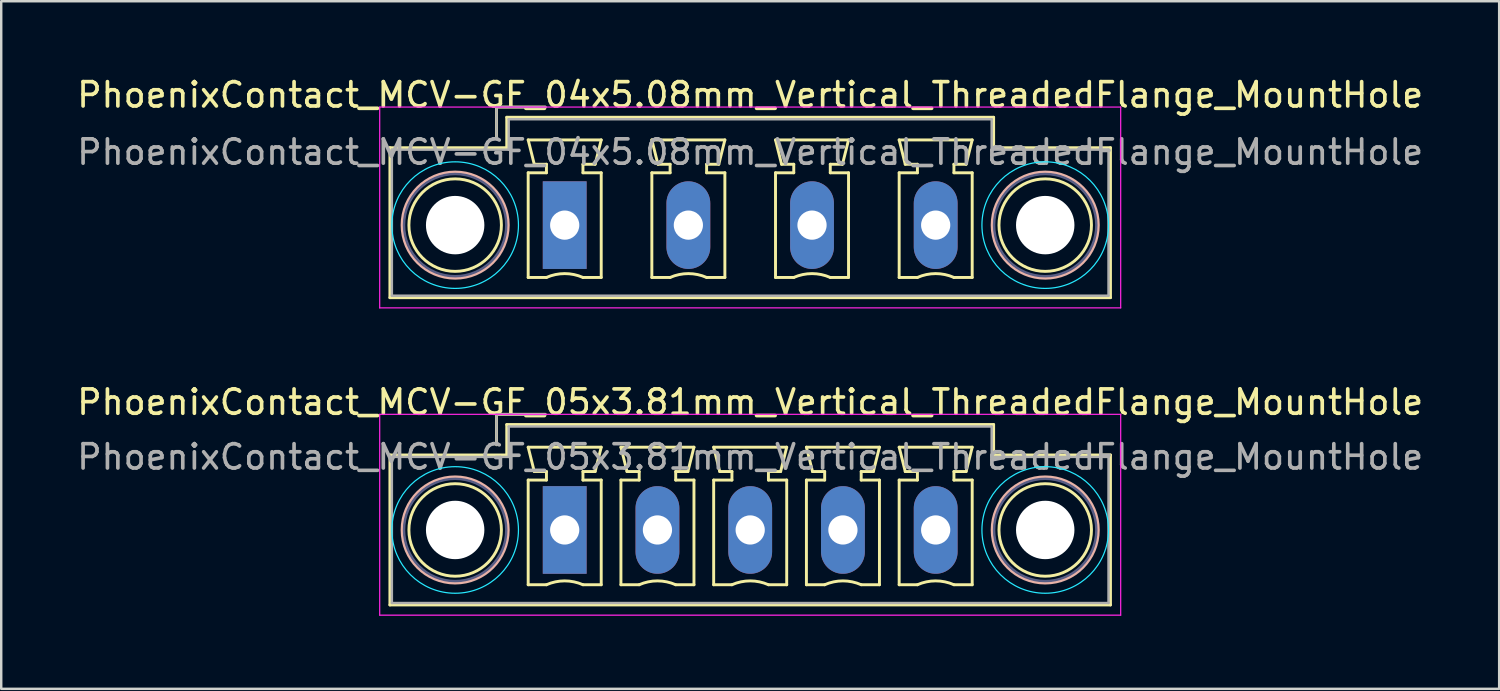
<source format=kicad_pcb>
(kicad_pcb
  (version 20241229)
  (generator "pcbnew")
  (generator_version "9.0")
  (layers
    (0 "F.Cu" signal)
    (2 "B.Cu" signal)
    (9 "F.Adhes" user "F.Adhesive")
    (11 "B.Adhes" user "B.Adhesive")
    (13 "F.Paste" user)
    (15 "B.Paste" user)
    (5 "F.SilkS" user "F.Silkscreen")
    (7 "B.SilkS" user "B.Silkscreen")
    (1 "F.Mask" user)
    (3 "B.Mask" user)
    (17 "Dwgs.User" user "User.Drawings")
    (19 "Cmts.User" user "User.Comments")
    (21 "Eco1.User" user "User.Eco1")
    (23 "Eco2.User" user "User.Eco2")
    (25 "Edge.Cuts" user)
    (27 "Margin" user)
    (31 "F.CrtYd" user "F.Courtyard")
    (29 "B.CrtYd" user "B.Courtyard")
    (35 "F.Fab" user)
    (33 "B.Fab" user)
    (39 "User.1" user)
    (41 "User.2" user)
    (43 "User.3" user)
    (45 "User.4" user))
  (footprint "PhoenixContact_MCV-GF_05x3.81mm_Vertical_ThreadedFlange_MountHole"
    (layer "F.Cu")
    (at 20.148 18.721)
    (property "Reference" "PhoenixContact_MCV-GF_05x3.81mm_Vertical_ThreadedFlange_MountHole" (at 7.62 -5.25 0) (layer "F.SilkS") (effects (font (size 1 1) (thickness 0.15))))
    (attr through_hole)
    (fp_line (start -7.18 -3.08) (end -7.18 3.08) (stroke (width 0.12) (type solid)) (layer "F.SilkS"))
    (fp_line (start -7.18 3.08) (end 22.42 3.08) (stroke (width 0.12) (type solid)) (layer "F.SilkS"))
    (fp_line (start -2.8 -4.75) (end -0.8 -4.75) (stroke (width 0.12) (type solid)) (layer "F.SilkS"))
    (fp_line (start -2.8 -3.5) (end -2.8 -4.75) (stroke (width 0.12) (type solid)) (layer "F.SilkS"))
    (fp_line (start -2.38 -4.33) (end -2.38 -3.08) (stroke (width 0.12) (type solid)) (layer "F.SilkS"))
    (fp_line (start -2.38 -3.08) (end -7.18 -3.08) (stroke (width 0.12) (type solid)) (layer "F.SilkS"))
    (fp_line (start -1.5 -3.4) (end 1.5 -3.4) (stroke (width 0.12) (type solid)) (layer "F.SilkS"))
    (fp_line (start -1.5 -2.05) (end -0.75 -2.05) (stroke (width 0.12) (type solid)) (layer "F.SilkS"))
    (fp_line (start -1.5 2.25) (end -1.5 -2.05) (stroke (width 0.12) (type solid)) (layer "F.SilkS"))
    (fp_line (start -1.25 -2.4) (end -1.5 -3.4) (stroke (width 0.12) (type solid)) (layer "F.SilkS"))
    (fp_line (start -0.75 -2.4) (end -1.25 -2.4) (stroke (width 0.12) (type solid)) (layer "F.SilkS"))
    (fp_line (start -0.75 -2.05) (end -0.75 -2.4) (stroke (width 0.12) (type solid)) (layer "F.SilkS"))
    (fp_line (start -0.75 2.25) (end -1.5 2.25) (stroke (width 0.12) (type solid)) (layer "F.SilkS"))
    (fp_line (start 0.75 -2.4) (end 0.75 -2.05) (stroke (width 0.12) (type solid)) (layer "F.SilkS"))
    (fp_line (start 0.75 -2.05) (end 1.5 -2.05) (stroke (width 0.12) (type solid)) (layer "F.SilkS"))
    (fp_line (start 1.25 -2.4) (end 0.75 -2.4) (stroke (width 0.12) (type solid)) (layer "F.SilkS"))
    (fp_line (start 1.5 -3.4) (end 1.25 -2.4) (stroke (width 0.12) (type solid)) (layer "F.SilkS"))
    (fp_line (start 1.5 -2.05) (end 1.5 2.25) (stroke (width 0.12) (type solid)) (layer "F.SilkS"))
    (fp_line (start 1.5 2.25) (end 0.75 2.25) (stroke (width 0.12) (type solid)) (layer "F.SilkS"))
    (fp_line (start 2.31 -3.4) (end 5.31 -3.4) (stroke (width 0.12) (type solid)) (layer "F.SilkS"))
    (fp_line (start 2.31 -2.05) (end 3.06 -2.05) (stroke (width 0.12) (type solid)) (layer "F.SilkS"))
    (fp_line (start 2.31 2.25) (end 2.31 -2.05) (stroke (width 0.12) (type solid)) (layer "F.SilkS"))
    (fp_line (start 2.56 -2.4) (end 2.31 -3.4) (stroke (width 0.12) (type solid)) (layer "F.SilkS"))
    (fp_line (start 3.06 -2.4) (end 2.56 -2.4) (stroke (width 0.12) (type solid)) (layer "F.SilkS"))
    (fp_line (start 3.06 -2.05) (end 3.06 -2.4) (stroke (width 0.12) (type solid)) (layer "F.SilkS"))
    (fp_line (start 3.06 2.25) (end 2.31 2.25) (stroke (width 0.12) (type solid)) (layer "F.SilkS"))
    (fp_line (start 4.56 -2.4) (end 4.56 -2.05) (stroke (width 0.12) (type solid)) (layer "F.SilkS"))
    (fp_line (start 4.56 -2.05) (end 5.31 -2.05) (stroke (width 0.12) (type solid)) (layer "F.SilkS"))
    (fp_line (start 5.06 -2.4) (end 4.56 -2.4) (stroke (width 0.12) (type solid)) (layer "F.SilkS"))
    (fp_line (start 5.31 -3.4) (end 5.06 -2.4) (stroke (width 0.12) (type solid)) (layer "F.SilkS"))
    (fp_line (start 5.31 -2.05) (end 5.31 2.25) (stroke (width 0.12) (type solid)) (layer "F.SilkS"))
    (fp_line (start 5.31 2.25) (end 4.56 2.25) (stroke (width 0.12) (type solid)) (layer "F.SilkS"))
    (fp_line (start 6.12 -3.4) (end 9.12 -3.4) (stroke (width 0.12) (type solid)) (layer "F.SilkS"))
    (fp_line (start 6.12 -2.05) (end 6.87 -2.05) (stroke (width 0.12) (type solid)) (layer "F.SilkS"))
    (fp_line (start 6.12 2.25) (end 6.12 -2.05) (stroke (width 0.12) (type solid)) (layer "F.SilkS"))
    (fp_line (start 6.37 -2.4) (end 6.12 -3.4) (stroke (width 0.12) (type solid)) (layer "F.SilkS"))
    (fp_line (start 6.87 -2.4) (end 6.37 -2.4) (stroke (width 0.12) (type solid)) (layer "F.SilkS"))
    (fp_line (start 6.87 -2.05) (end 6.87 -2.4) (stroke (width 0.12) (type solid)) (layer "F.SilkS"))
    (fp_line (start 6.87 2.25) (end 6.12 2.25) (stroke (width 0.12) (type solid)) (layer "F.SilkS"))
    (fp_line (start 8.37 -2.4) (end 8.37 -2.05) (stroke (width 0.12) (type solid)) (layer "F.SilkS"))
    (fp_line (start 8.37 -2.05) (end 9.12 -2.05) (stroke (width 0.12) (type solid)) (layer "F.SilkS"))
    (fp_line (start 8.87 -2.4) (end 8.37 -2.4) (stroke (width 0.12) (type solid)) (layer "F.SilkS"))
    (fp_line (start 9.12 -3.4) (end 8.87 -2.4) (stroke (width 0.12) (type solid)) (layer "F.SilkS"))
    (fp_line (start 9.12 -2.05) (end 9.12 2.25) (stroke (width 0.12) (type solid)) (layer "F.SilkS"))
    (fp_line (start 9.12 2.25) (end 8.37 2.25) (stroke (width 0.12) (type solid)) (layer "F.SilkS"))
    (fp_line (start 9.93 -3.4) (end 12.93 -3.4) (stroke (width 0.12) (type solid)) (layer "F.SilkS"))
    (fp_line (start 9.93 -2.05) (end 10.68 -2.05) (stroke (width 0.12) (type solid)) (layer "F.SilkS"))
    (fp_line (start 9.93 2.25) (end 9.93 -2.05) (stroke (width 0.12) (type solid)) (layer "F.SilkS"))
    (fp_line (start 10.18 -2.4) (end 9.93 -3.4) (stroke (width 0.12) (type solid)) (layer "F.SilkS"))
    (fp_line (start 10.68 -2.4) (end 10.18 -2.4) (stroke (width 0.12) (type solid)) (layer "F.SilkS"))
    (fp_line (start 10.68 -2.05) (end 10.68 -2.4) (stroke (width 0.12) (type solid)) (layer "F.SilkS"))
    (fp_line (start 10.68 2.25) (end 9.93 2.25) (stroke (width 0.12) (type solid)) (layer "F.SilkS"))
    (fp_line (start 12.18 -2.4) (end 12.18 -2.05) (stroke (width 0.12) (type solid)) (layer "F.SilkS"))
    (fp_line (start 12.18 -2.05) (end 12.93 -2.05) (stroke (width 0.12) (type solid)) (layer "F.SilkS"))
    (fp_line (start 12.68 -2.4) (end 12.18 -2.4) (stroke (width 0.12) (type solid)) (layer "F.SilkS"))
    (fp_line (start 12.93 -3.4) (end 12.68 -2.4) (stroke (width 0.12) (type solid)) (layer "F.SilkS"))
    (fp_line (start 12.93 -2.05) (end 12.93 2.25) (stroke (width 0.12) (type solid)) (layer "F.SilkS"))
    (fp_line (start 12.93 2.25) (end 12.18 2.25) (stroke (width 0.12) (type solid)) (layer "F.SilkS"))
    (fp_line (start 13.74 -3.4) (end 16.74 -3.4) (stroke (width 0.12) (type solid)) (layer "F.SilkS"))
    (fp_line (start 13.74 -2.05) (end 14.49 -2.05) (stroke (width 0.12) (type solid)) (layer "F.SilkS"))
    (fp_line (start 13.74 2.25) (end 13.74 -2.05) (stroke (width 0.12) (type solid)) (layer "F.SilkS"))
    (fp_line (start 13.99 -2.4) (end 13.74 -3.4) (stroke (width 0.12) (type solid)) (layer "F.SilkS"))
    (fp_line (start 14.49 -2.4) (end 13.99 -2.4) (stroke (width 0.12) (type solid)) (layer "F.SilkS"))
    (fp_line (start 14.49 -2.05) (end 14.49 -2.4) (stroke (width 0.12) (type solid)) (layer "F.SilkS"))
    (fp_line (start 14.49 2.25) (end 13.74 2.25) (stroke (width 0.12) (type solid)) (layer "F.SilkS"))
    (fp_line (start 15.99 -2.4) (end 15.99 -2.05) (stroke (width 0.12) (type solid)) (layer "F.SilkS"))
    (fp_line (start 15.99 -2.05) (end 16.74 -2.05) (stroke (width 0.12) (type solid)) (layer "F.SilkS"))
    (fp_line (start 16.49 -2.4) (end 15.99 -2.4) (stroke (width 0.12) (type solid)) (layer "F.SilkS"))
    (fp_line (start 16.74 -3.4) (end 16.49 -2.4) (stroke (width 0.12) (type solid)) (layer "F.SilkS"))
    (fp_line (start 16.74 -2.05) (end 16.74 2.25) (stroke (width 0.12) (type solid)) (layer "F.SilkS"))
    (fp_line (start 16.74 2.25) (end 15.99 2.25) (stroke (width 0.12) (type solid)) (layer "F.SilkS"))
    (fp_line (start 17.62 -4.33) (end -2.38 -4.33) (stroke (width 0.12) (type solid)) (layer "F.SilkS"))
    (fp_line (start 17.62 -3.08) (end 17.62 -4.33) (stroke (width 0.12) (type solid)) (layer "F.SilkS"))
    (fp_line (start 22.42 -3.08) (end 17.62 -3.08) (stroke (width 0.12) (type solid)) (layer "F.SilkS"))
    (fp_line (start 22.42 3.08) (end 22.42 -3.08) (stroke (width 0.12) (type solid)) (layer "F.SilkS"))
    (fp_arc (start -0.75 2.25) (mid -0.000193 2.09191) (end 0.749647 2.249844) (stroke (width 0.12) (type solid)) (layer "F.SilkS"))
    (fp_arc (start 3.06 2.25) (mid 3.809807 2.09191) (end 4.559647 2.249844) (stroke (width 0.12) (type solid)) (layer "F.SilkS"))
    (fp_arc (start 6.87 2.25) (mid 7.619807 2.09191) (end 8.369647 2.249844) (stroke (width 0.12) (type solid)) (layer "F.SilkS"))
    (fp_arc (start 10.68 2.25) (mid 11.429807 2.09191) (end 12.179647 2.249844) (stroke (width 0.12) (type solid)) (layer "F.SilkS"))
    (fp_arc (start 14.49 2.25) (mid 15.239807 2.09191) (end 15.989647 2.249844) (stroke (width 0.12) (type solid)) (layer "F.SilkS"))
    (fp_circle (center -4.5 0) (end -2.6 0) (stroke (width 0.12) (type solid)) (fill no) (layer "F.SilkS"))
    (fp_circle (center 19.74 0) (end 21.64 0) (stroke (width 0.12) (type solid)) (fill no) (layer "F.SilkS"))
    (fp_circle (center -4.5 0) (end -2.32 0) (stroke (width 0.12) (type solid)) (fill no) (layer "B.SilkS"))
    (fp_circle (center 19.74 0) (end 21.92 0) (stroke (width 0.12) (type solid)) (fill no) (layer "B.SilkS"))
    (fp_circle (center -4.5 0) (end -1.9 0) (stroke (width 0.05) (type solid)) (fill no) (layer "B.CrtYd"))
    (fp_circle (center 19.74 0) (end 22.34 0) (stroke (width 0.05) (type solid)) (fill no) (layer "B.CrtYd"))
    (fp_line (start -7.6 -4.75) (end -7.6 3.5) (stroke (width 0.05) (type solid)) (layer "F.CrtYd"))
    (fp_line (start -7.6 3.5) (end 22.84 3.5) (stroke (width 0.05) (type solid)) (layer "F.CrtYd"))
    (fp_line (start 22.84 -4.75) (end -7.6 -4.75) (stroke (width 0.05) (type solid)) (layer "F.CrtYd"))
    (fp_line (start 22.84 3.5) (end 22.84 -4.75) (stroke (width 0.05) (type solid)) (layer "F.CrtYd"))
    (fp_circle (center -4.5 0) (end -2.4 0) (stroke (width 0.1) (type solid)) (fill no) (layer "B.Fab"))
    (fp_circle (center 19.74 0) (end 21.84 0) (stroke (width 0.1) (type solid)) (fill no) (layer "B.Fab"))
    (fp_line (start -7.1 -3) (end -7.1 3) (stroke (width 0.1) (type solid)) (layer "F.Fab"))
    (fp_line (start -7.1 3) (end 22.34 3) (stroke (width 0.1) (type solid)) (layer "F.Fab"))
    (fp_line (start -2.8 -4.75) (end -0.8 -4.75) (stroke (width 0.1) (type solid)) (layer "F.Fab"))
    (fp_line (start -2.8 -3.5) (end -2.8 -4.75) (stroke (width 0.1) (type solid)) (layer "F.Fab"))
    (fp_line (start -2.3 -4.25) (end -2.3 -3) (stroke (width 0.1) (type solid)) (layer "F.Fab"))
    (fp_line (start -2.3 -3) (end -7.1 -3) (stroke (width 0.1) (type solid)) (layer "F.Fab"))
    (fp_line (start 17.54 -4.25) (end -2.3 -4.25) (stroke (width 0.1) (type solid)) (layer "F.Fab"))
    (fp_line (start 17.54 -3) (end 17.54 -4.25) (stroke (width 0.1) (type solid)) (layer "F.Fab"))
    (fp_line (start 22.34 -3) (end 17.54 -3) (stroke (width 0.1) (type solid)) (layer "F.Fab"))
    (fp_line (start 22.34 3) (end 22.34 -3) (stroke (width 0.1) (type solid)) (layer "F.Fab"))
    (fp_text user "${REFERENCE}" (at 7.62 -3 0) (layer "F.Fab") (effects (font (size 1 1) (thickness 0.15))))
    (pad "" np_thru_hole circle (at -4.5 0) (size 2.4 2.4) (drill 2.4) (layers "*.Cu" "*.Mask"))
    (pad "" np_thru_hole circle (at 19.74 0) (size 2.4 2.4) (drill 2.4) (layers "*.Cu" "*.Mask"))
    (pad "1" thru_hole rect (at 0 0) (size 1.8 3.6) (drill 1.2) (layers "*.Cu" "*.Mask"))
    (pad "2" thru_hole oval (at 3.81 0) (size 1.8 3.6) (drill 1.2) (layers "*.Cu" "*.Mask"))
    (pad "3" thru_hole oval (at 7.62 0) (size 1.8 3.6) (drill 1.2) (layers "*.Cu" "*.Mask"))
    (pad "4" thru_hole oval (at 11.43 0) (size 1.8 3.6) (drill 1.2) (layers "*.Cu" "*.Mask"))
    (pad "5" thru_hole oval (at 15.24 0) (size 1.8 3.6) (drill 1.2) (layers "*.Cu" "*.Mask")))
  (footprint "PhoenixContact_MCV-GF_04x5.08mm_Vertical_ThreadedFlange_MountHole"
    (layer "F.Cu")
    (at 20.148 6.198)
    (property "Reference" "PhoenixContact_MCV-GF_04x5.08mm_Vertical_ThreadedFlange_MountHole" (at 7.62 -5.35 0) (layer "F.SilkS") (effects (font (size 1 1) (thickness 0.15))))
    (attr through_hole)
    (fp_line (start -7.18 -3.18) (end -7.18 2.98) (stroke (width 0.12) (type solid)) (layer "F.SilkS"))
    (fp_line (start -7.18 2.98) (end 22.42 2.98) (stroke (width 0.12) (type solid)) (layer "F.SilkS"))
    (fp_line (start -2.8 -4.85) (end -0.8 -4.85) (stroke (width 0.12) (type solid)) (layer "F.SilkS"))
    (fp_line (start -2.8 -3.6) (end -2.8 -4.85) (stroke (width 0.12) (type solid)) (layer "F.SilkS"))
    (fp_line (start -2.38 -4.43) (end -2.38 -3.18) (stroke (width 0.12) (type solid)) (layer "F.SilkS"))
    (fp_line (start -2.38 -3.18) (end -7.18 -3.18) (stroke (width 0.12) (type solid)) (layer "F.SilkS"))
    (fp_line (start -1.5 -3.5) (end 1.5 -3.5) (stroke (width 0.12) (type solid)) (layer "F.SilkS"))
    (fp_line (start -1.5 -2.15) (end -0.75 -2.15) (stroke (width 0.12) (type solid)) (layer "F.SilkS"))
    (fp_line (start -1.5 2.15) (end -1.5 -2.15) (stroke (width 0.12) (type solid)) (layer "F.SilkS"))
    (fp_line (start -1.25 -2.5) (end -1.5 -3.5) (stroke (width 0.12) (type solid)) (layer "F.SilkS"))
    (fp_line (start -0.75 -2.5) (end -1.25 -2.5) (stroke (width 0.12) (type solid)) (layer "F.SilkS"))
    (fp_line (start -0.75 -2.15) (end -0.75 -2.5) (stroke (width 0.12) (type solid)) (layer "F.SilkS"))
    (fp_line (start -0.75 2.15) (end -1.5 2.15) (stroke (width 0.12) (type solid)) (layer "F.SilkS"))
    (fp_line (start 0.75 -2.5) (end 0.75 -2.15) (stroke (width 0.12) (type solid)) (layer "F.SilkS"))
    (fp_line (start 0.75 -2.15) (end 1.5 -2.15) (stroke (width 0.12) (type solid)) (layer "F.SilkS"))
    (fp_line (start 1.25 -2.5) (end 0.75 -2.5) (stroke (width 0.12) (type solid)) (layer "F.SilkS"))
    (fp_line (start 1.5 -3.5) (end 1.25 -2.5) (stroke (width 0.12) (type solid)) (layer "F.SilkS"))
    (fp_line (start 1.5 -2.15) (end 1.5 2.15) (stroke (width 0.12) (type solid)) (layer "F.SilkS"))
    (fp_line (start 1.5 2.15) (end 0.75 2.15) (stroke (width 0.12) (type solid)) (layer "F.SilkS"))
    (fp_line (start 3.58 -3.5) (end 6.58 -3.5) (stroke (width 0.12) (type solid)) (layer "F.SilkS"))
    (fp_line (start 3.58 -2.15) (end 4.33 -2.15) (stroke (width 0.12) (type solid)) (layer "F.SilkS"))
    (fp_line (start 3.58 2.15) (end 3.58 -2.15) (stroke (width 0.12) (type solid)) (layer "F.SilkS"))
    (fp_line (start 3.83 -2.5) (end 3.58 -3.5) (stroke (width 0.12) (type solid)) (layer "F.SilkS"))
    (fp_line (start 4.33 -2.5) (end 3.83 -2.5) (stroke (width 0.12) (type solid)) (layer "F.SilkS"))
    (fp_line (start 4.33 -2.15) (end 4.33 -2.5) (stroke (width 0.12) (type solid)) (layer "F.SilkS"))
    (fp_line (start 4.33 2.15) (end 3.58 2.15) (stroke (width 0.12) (type solid)) (layer "F.SilkS"))
    (fp_line (start 5.83 -2.5) (end 5.83 -2.15) (stroke (width 0.12) (type solid)) (layer "F.SilkS"))
    (fp_line (start 5.83 -2.15) (end 6.58 -2.15) (stroke (width 0.12) (type solid)) (layer "F.SilkS"))
    (fp_line (start 6.33 -2.5) (end 5.83 -2.5) (stroke (width 0.12) (type solid)) (layer "F.SilkS"))
    (fp_line (start 6.58 -3.5) (end 6.33 -2.5) (stroke (width 0.12) (type solid)) (layer "F.SilkS"))
    (fp_line (start 6.58 -2.15) (end 6.58 2.15) (stroke (width 0.12) (type solid)) (layer "F.SilkS"))
    (fp_line (start 6.58 2.15) (end 5.83 2.15) (stroke (width 0.12) (type solid)) (layer "F.SilkS"))
    (fp_line (start 8.66 -3.5) (end 11.66 -3.5) (stroke (width 0.12) (type solid)) (layer "F.SilkS"))
    (fp_line (start 8.66 -2.15) (end 9.41 -2.15) (stroke (width 0.12) (type solid)) (layer "F.SilkS"))
    (fp_line (start 8.66 2.15) (end 8.66 -2.15) (stroke (width 0.12) (type solid)) (layer "F.SilkS"))
    (fp_line (start 8.91 -2.5) (end 8.66 -3.5) (stroke (width 0.12) (type solid)) (layer "F.SilkS"))
    (fp_line (start 9.41 -2.5) (end 8.91 -2.5) (stroke (width 0.12) (type solid)) (layer "F.SilkS"))
    (fp_line (start 9.41 -2.15) (end 9.41 -2.5) (stroke (width 0.12) (type solid)) (layer "F.SilkS"))
    (fp_line (start 9.41 2.15) (end 8.66 2.15) (stroke (width 0.12) (type solid)) (layer "F.SilkS"))
    (fp_line (start 10.91 -2.5) (end 10.91 -2.15) (stroke (width 0.12) (type solid)) (layer "F.SilkS"))
    (fp_line (start 10.91 -2.15) (end 11.66 -2.15) (stroke (width 0.12) (type solid)) (layer "F.SilkS"))
    (fp_line (start 11.41 -2.5) (end 10.91 -2.5) (stroke (width 0.12) (type solid)) (layer "F.SilkS"))
    (fp_line (start 11.66 -3.5) (end 11.41 -2.5) (stroke (width 0.12) (type solid)) (layer "F.SilkS"))
    (fp_line (start 11.66 -2.15) (end 11.66 2.15) (stroke (width 0.12) (type solid)) (layer "F.SilkS"))
    (fp_line (start 11.66 2.15) (end 10.91 2.15) (stroke (width 0.12) (type solid)) (layer "F.SilkS"))
    (fp_line (start 13.74 -3.5) (end 16.74 -3.5) (stroke (width 0.12) (type solid)) (layer "F.SilkS"))
    (fp_line (start 13.74 -2.15) (end 14.49 -2.15) (stroke (width 0.12) (type solid)) (layer "F.SilkS"))
    (fp_line (start 13.74 2.15) (end 13.74 -2.15) (stroke (width 0.12) (type solid)) (layer "F.SilkS"))
    (fp_line (start 13.99 -2.5) (end 13.74 -3.5) (stroke (width 0.12) (type solid)) (layer "F.SilkS"))
    (fp_line (start 14.49 -2.5) (end 13.99 -2.5) (stroke (width 0.12) (type solid)) (layer "F.SilkS"))
    (fp_line (start 14.49 -2.15) (end 14.49 -2.5) (stroke (width 0.12) (type solid)) (layer "F.SilkS"))
    (fp_line (start 14.49 2.15) (end 13.74 2.15) (stroke (width 0.12) (type solid)) (layer "F.SilkS"))
    (fp_line (start 15.99 -2.5) (end 15.99 -2.15) (stroke (width 0.12) (type solid)) (layer "F.SilkS"))
    (fp_line (start 15.99 -2.15) (end 16.74 -2.15) (stroke (width 0.12) (type solid)) (layer "F.SilkS"))
    (fp_line (start 16.49 -2.5) (end 15.99 -2.5) (stroke (width 0.12) (type solid)) (layer "F.SilkS"))
    (fp_line (start 16.74 -3.5) (end 16.49 -2.5) (stroke (width 0.12) (type solid)) (layer "F.SilkS"))
    (fp_line (start 16.74 -2.15) (end 16.74 2.15) (stroke (width 0.12) (type solid)) (layer "F.SilkS"))
    (fp_line (start 16.74 2.15) (end 15.99 2.15) (stroke (width 0.12) (type solid)) (layer "F.SilkS"))
    (fp_line (start 17.62 -4.43) (end -2.38 -4.43) (stroke (width 0.12) (type solid)) (layer "F.SilkS"))
    (fp_line (start 17.62 -3.18) (end 17.62 -4.43) (stroke (width 0.12) (type solid)) (layer "F.SilkS"))
    (fp_line (start 22.42 -3.18) (end 17.62 -3.18) (stroke (width 0.12) (type solid)) (layer "F.SilkS"))
    (fp_line (start 22.42 2.98) (end 22.42 -3.18) (stroke (width 0.12) (type solid)) (layer "F.SilkS"))
    (fp_arc (start -0.75 2.15) (mid -0.000193 1.99191) (end 0.749647 2.149844) (stroke (width 0.12) (type solid)) (layer "F.SilkS"))
    (fp_arc (start 4.33 2.15) (mid 5.079807 1.99191) (end 5.829647 2.149844) (stroke (width 0.12) (type solid)) (layer "F.SilkS"))
    (fp_arc (start 9.41 2.15) (mid 10.159807 1.99191) (end 10.909647 2.149844) (stroke (width 0.12) (type solid)) (layer "F.SilkS"))
    (fp_arc (start 14.49 2.15) (mid 15.239807 1.99191) (end 15.989647 2.149844) (stroke (width 0.12) (type solid)) (layer "F.SilkS"))
    (fp_circle (center -4.5 0) (end -2.6 0) (stroke (width 0.12) (type solid)) (fill no) (layer "F.SilkS"))
    (fp_circle (center 19.74 0) (end 21.64 0) (stroke (width 0.12) (type solid)) (fill no) (layer "F.SilkS"))
    (fp_circle (center -4.5 0) (end -2.32 0) (stroke (width 0.12) (type solid)) (fill no) (layer "B.SilkS"))
    (fp_circle (center 19.74 0) (end 21.92 0) (stroke (width 0.12) (type solid)) (fill no) (layer "B.SilkS"))
    (fp_circle (center -4.5 0) (end -1.9 0) (stroke (width 0.05) (type solid)) (fill no) (layer "B.CrtYd"))
    (fp_circle (center 19.74 0) (end 22.34 0) (stroke (width 0.05) (type solid)) (fill no) (layer "B.CrtYd"))
    (fp_line (start -7.6 -4.85) (end -7.6 3.4) (stroke (width 0.05) (type solid)) (layer "F.CrtYd"))
    (fp_line (start -7.6 3.4) (end 22.84 3.4) (stroke (width 0.05) (type solid)) (layer "F.CrtYd"))
    (fp_line (start 22.84 -4.85) (end -7.6 -4.85) (stroke (width 0.05) (type solid)) (layer "F.CrtYd"))
    (fp_line (start 22.84 3.4) (end 22.84 -4.85) (stroke (width 0.05) (type solid)) (layer "F.CrtYd"))
    (fp_circle (center -4.5 0) (end -2.4 0) (stroke (width 0.1) (type solid)) (fill no) (layer "B.Fab"))
    (fp_circle (center 19.74 0) (end 21.84 0) (stroke (width 0.1) (type solid)) (fill no) (layer "B.Fab"))
    (fp_line (start -7.1 -3.1) (end -7.1 2.9) (stroke (width 0.1) (type solid)) (layer "F.Fab"))
    (fp_line (start -7.1 2.9) (end 22.34 2.9) (stroke (width 0.1) (type solid)) (layer "F.Fab"))
    (fp_line (start -2.8 -4.85) (end -0.8 -4.85) (stroke (width 0.1) (type solid)) (layer "F.Fab"))
    (fp_line (start -2.8 -3.6) (end -2.8 -4.85) (stroke (width 0.1) (type solid)) (layer "F.Fab"))
    (fp_line (start -2.3 -4.35) (end -2.3 -3.1) (stroke (width 0.1) (type solid)) (layer "F.Fab"))
    (fp_line (start -2.3 -3.1) (end -7.1 -3.1) (stroke (width 0.1) (type solid)) (layer "F.Fab"))
    (fp_line (start 17.54 -4.35) (end -2.3 -4.35) (stroke (width 0.1) (type solid)) (layer "F.Fab"))
    (fp_line (start 17.54 -3.1) (end 17.54 -4.35) (stroke (width 0.1) (type solid)) (layer "F.Fab"))
    (fp_line (start 22.34 -3.1) (end 17.54 -3.1) (stroke (width 0.1) (type solid)) (layer "F.Fab"))
    (fp_line (start 22.34 2.9) (end 22.34 -3.1) (stroke (width 0.1) (type solid)) (layer "F.Fab"))
    (fp_text user "${REFERENCE}" (at 7.62 -3 0) (layer "F.Fab") (effects (font (size 1 1) (thickness 0.15))))
    (pad "" np_thru_hole circle (at -4.5 0) (size 2.4 2.4) (drill 2.4) (layers "*.Cu" "*.Mask"))
    (pad "" np_thru_hole circle (at 19.74 0) (size 2.4 2.4) (drill 2.4) (layers "*.Cu" "*.Mask"))
    (pad "1" thru_hole rect (at 0 0) (size 1.8 3.6) (drill 1.2) (layers "*.Cu" "*.Mask"))
    (pad "2" thru_hole oval (at 5.08 0) (size 1.8 3.6) (drill 1.2) (layers "*.Cu" "*.Mask"))
    (pad "3" thru_hole oval (at 10.16 0) (size 1.8 3.6) (drill 1.2) (layers "*.Cu" "*.Mask"))
    (pad "4" thru_hole oval (at 15.24 0) (size 1.8 3.6) (drill 1.2) (layers "*.Cu" "*.Mask")))
  (gr_rect
    (start -3 -3)
    (end 58.536 25.247)
    (stroke (width 0.1) (type default))
    (fill no)
    (layer "Edge.Cuts")))
</source>
